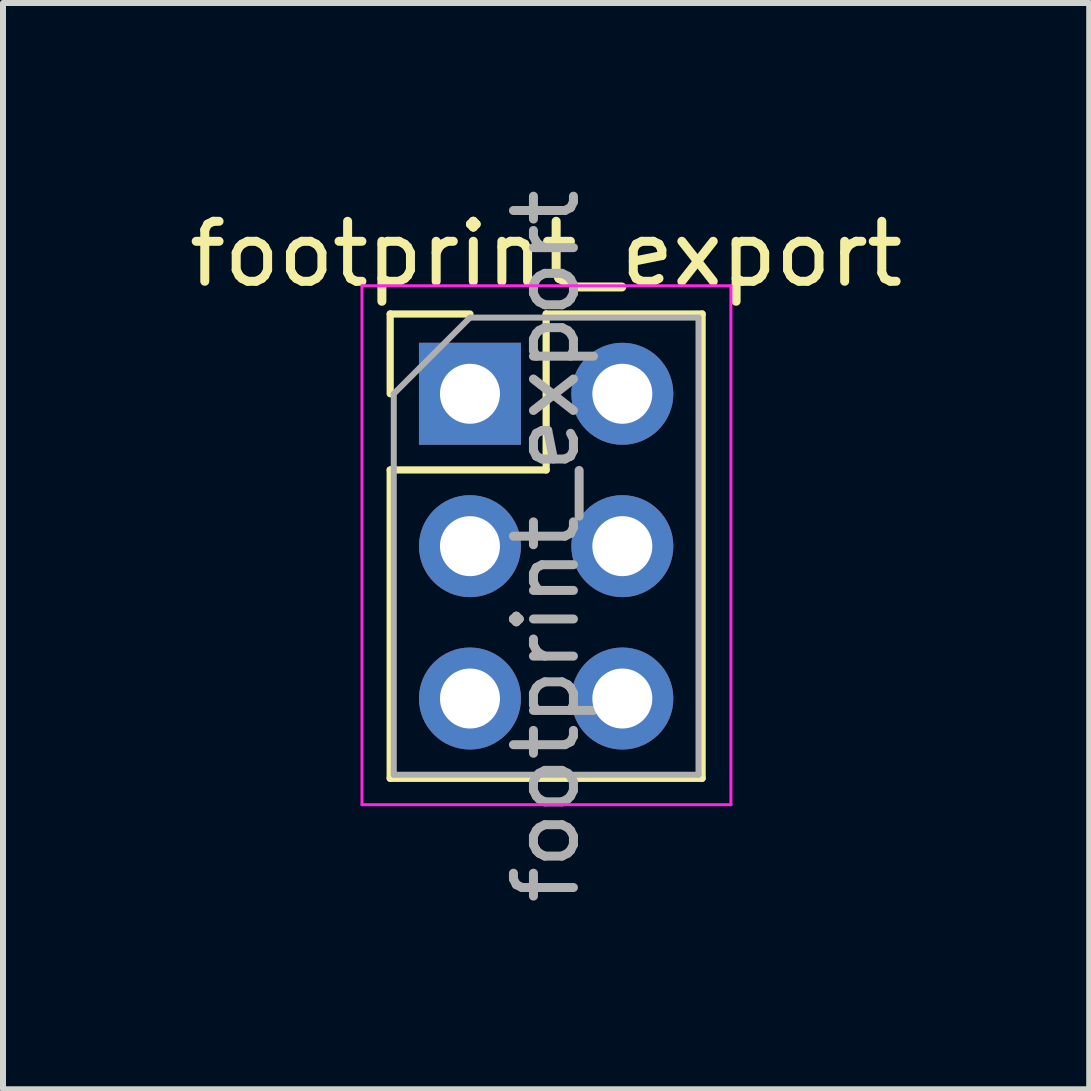
<source format=kicad_pcb>
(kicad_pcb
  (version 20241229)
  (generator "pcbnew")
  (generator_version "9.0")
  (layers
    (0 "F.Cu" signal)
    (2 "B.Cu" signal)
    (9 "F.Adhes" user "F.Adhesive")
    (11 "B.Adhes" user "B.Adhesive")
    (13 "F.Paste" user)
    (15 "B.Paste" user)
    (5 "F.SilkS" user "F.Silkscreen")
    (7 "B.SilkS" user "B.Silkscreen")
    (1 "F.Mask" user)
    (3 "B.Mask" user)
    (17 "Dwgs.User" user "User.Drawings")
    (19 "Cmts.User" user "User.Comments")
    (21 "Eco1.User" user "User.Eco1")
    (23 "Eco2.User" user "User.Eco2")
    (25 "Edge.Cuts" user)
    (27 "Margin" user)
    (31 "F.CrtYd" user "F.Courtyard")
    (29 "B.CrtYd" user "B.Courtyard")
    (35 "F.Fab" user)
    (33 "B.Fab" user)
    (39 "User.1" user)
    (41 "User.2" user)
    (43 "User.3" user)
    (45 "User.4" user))
  (footprint "footprint_export"
    (layer "F.Cu")
    (at 4.784 3.514)
    (property "Reference" "footprint_export" (at 1.27 -2.33 0) (layer "F.SilkS") (effects (font (size 1 1) (thickness 0.15))))
    (attr through_hole)
    (fp_line (start -1.33 -1.33) (end 0 -1.33) (stroke (width 0.12) (type solid)) (layer "F.SilkS"))
    (fp_line (start -1.33 0) (end -1.33 -1.33) (stroke (width 0.12) (type solid)) (layer "F.SilkS"))
    (fp_line (start -1.33 1.27) (end -1.33 6.41) (stroke (width 0.12) (type solid)) (layer "F.SilkS"))
    (fp_line (start -1.33 1.27) (end 1.27 1.27) (stroke (width 0.12) (type solid)) (layer "F.SilkS"))
    (fp_line (start -1.33 6.41) (end 3.87 6.41) (stroke (width 0.12) (type solid)) (layer "F.SilkS"))
    (fp_line (start 1.27 -1.33) (end 3.87 -1.33) (stroke (width 0.12) (type solid)) (layer "F.SilkS"))
    (fp_line (start 1.27 1.27) (end 1.27 -1.33) (stroke (width 0.12) (type solid)) (layer "F.SilkS"))
    (fp_line (start 3.87 -1.33) (end 3.87 6.41) (stroke (width 0.12) (type solid)) (layer "F.SilkS"))
    (fp_line (start -1.8 -1.8) (end -1.8 6.85) (stroke (width 0.05) (type solid)) (layer "F.CrtYd"))
    (fp_line (start -1.8 6.85) (end 4.35 6.85) (stroke (width 0.05) (type solid)) (layer "F.CrtYd"))
    (fp_line (start 4.35 -1.8) (end -1.8 -1.8) (stroke (width 0.05) (type solid)) (layer "F.CrtYd"))
    (fp_line (start 4.35 6.85) (end 4.35 -1.8) (stroke (width 0.05) (type solid)) (layer "F.CrtYd"))
    (fp_line (start -1.27 0) (end 0 -1.27) (stroke (width 0.1) (type solid)) (layer "F.Fab"))
    (fp_line (start -1.27 6.35) (end -1.27 0) (stroke (width 0.1) (type solid)) (layer "F.Fab"))
    (fp_line (start 0 -1.27) (end 3.81 -1.27) (stroke (width 0.1) (type solid)) (layer "F.Fab"))
    (fp_line (start 3.81 -1.27) (end 3.81 6.35) (stroke (width 0.1) (type solid)) (layer "F.Fab"))
    (fp_line (start 3.81 6.35) (end -1.27 6.35) (stroke (width 0.1) (type solid)) (layer "F.Fab"))
    (fp_text user "${REFERENCE}" (at 1.27 2.54 90) (layer "F.Fab") (effects (font (size 1 1) (thickness 0.15))))
    (pad "1" thru_hole rect (at 0 0) (size 1.7 1.7) (drill 1) (layers "*.Cu" "*.Mask"))
    (pad "2" thru_hole oval (at 2.54 0) (size 1.7 1.7) (drill 1) (layers "*.Cu" "*.Mask"))
    (pad "3" thru_hole oval (at 0 2.54) (size 1.7 1.7) (drill 1) (layers "*.Cu" "*.Mask"))
    (pad "4" thru_hole oval (at 2.54 2.54) (size 1.7 1.7) (drill 1) (layers "*.Cu" "*.Mask"))
    (pad "5" thru_hole oval (at 0 5.08) (size 1.7 1.7) (drill 1) (layers "*.Cu" "*.Mask"))
    (pad "6" thru_hole oval (at 2.54 5.08) (size 1.7 1.7) (drill 1) (layers "*.Cu" "*.Mask")))
  (gr_rect
    (start -3 -3)
    (end 15.107 15.107)
    (stroke (width 0.1) (type default))
    (fill no)
    (layer "Edge.Cuts")))
</source>
